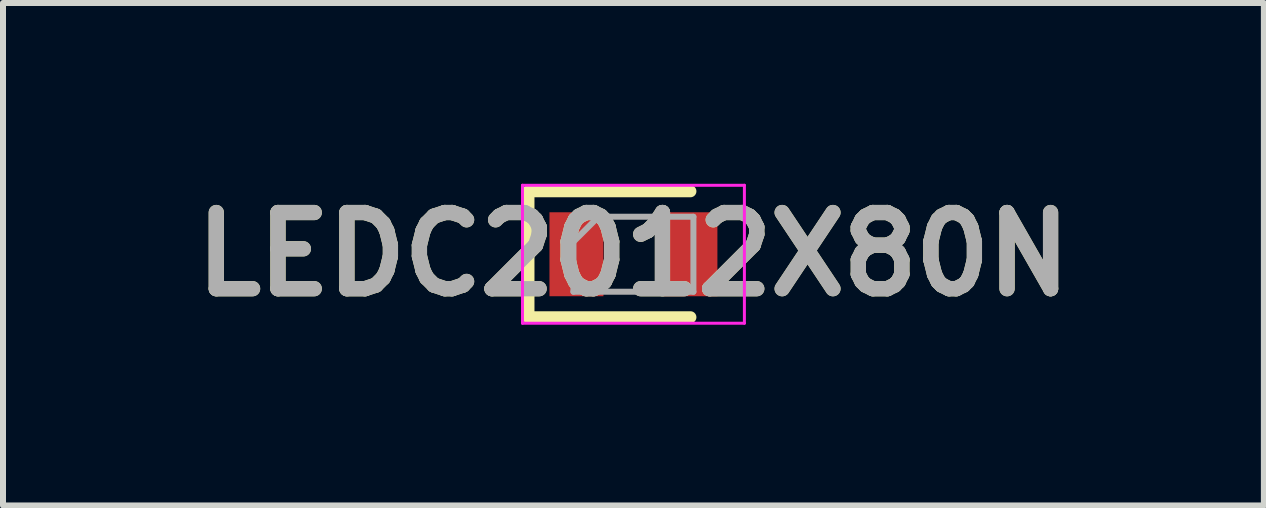
<source format=kicad_pcb>
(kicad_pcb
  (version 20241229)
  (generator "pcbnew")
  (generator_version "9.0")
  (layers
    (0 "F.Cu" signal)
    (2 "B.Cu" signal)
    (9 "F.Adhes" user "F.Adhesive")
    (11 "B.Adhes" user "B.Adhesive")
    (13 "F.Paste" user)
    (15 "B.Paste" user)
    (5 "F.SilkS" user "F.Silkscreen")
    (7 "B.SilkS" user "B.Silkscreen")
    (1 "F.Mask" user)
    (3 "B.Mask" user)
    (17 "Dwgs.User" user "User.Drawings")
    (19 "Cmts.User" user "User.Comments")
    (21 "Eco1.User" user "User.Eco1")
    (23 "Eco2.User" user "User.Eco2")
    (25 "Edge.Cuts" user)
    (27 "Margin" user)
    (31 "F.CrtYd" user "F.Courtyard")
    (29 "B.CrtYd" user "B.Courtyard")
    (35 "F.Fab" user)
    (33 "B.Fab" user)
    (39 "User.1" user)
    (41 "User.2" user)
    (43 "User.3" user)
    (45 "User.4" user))
  (footprint "LEDC2012X80N"
    (layer "F.Cu")
    (at 7.511 1.189)
    (property "Reference" "LEDC2012X80N" (at 0 0 0) (layer "F.SilkS") (effects (font (size 1.27 1.27) (thickness 0.254))))
    (attr smd)
    (fp_line (start -1.75 -1.05) (end -1.75 1.05) (stroke (width 0.2) (type solid)) (layer "F.SilkS"))
    (fp_line (start -1.75 1.05) (end 0.95 1.05) (stroke (width 0.2) (type solid)) (layer "F.SilkS"))
    (fp_line (start 0.95 -1.05) (end -1.75 -1.05) (stroke (width 0.2) (type solid)) (layer "F.SilkS"))
    (fp_line (start -1.85 -1.15) (end 1.85 -1.15) (stroke (width 0.05) (type solid)) (layer "F.CrtYd"))
    (fp_line (start -1.85 1.15) (end -1.85 -1.15) (stroke (width 0.05) (type solid)) (layer "F.CrtYd"))
    (fp_line (start 1.85 -1.15) (end 1.85 1.15) (stroke (width 0.05) (type solid)) (layer "F.CrtYd"))
    (fp_line (start 1.85 1.15) (end -1.85 1.15) (stroke (width 0.05) (type solid)) (layer "F.CrtYd"))
    (fp_line (start -1 -0.625) (end 1 -0.625) (stroke (width 0.1) (type solid)) (layer "F.Fab"))
    (fp_line (start -1 -0.208) (end -0.583 -0.625) (stroke (width 0.1) (type solid)) (layer "F.Fab"))
    (fp_line (start -1 0.625) (end -1 -0.625) (stroke (width 0.1) (type solid)) (layer "F.Fab"))
    (fp_line (start 1 -0.625) (end 1 0.625) (stroke (width 0.1) (type solid)) (layer "F.Fab"))
    (fp_line (start 1 0.625) (end -1 0.625) (stroke (width 0.1) (type solid)) (layer "F.Fab"))
    (fp_text user "${REFERENCE}" (at 0 0 0) (layer "F.Fab") (effects (font (size 1.27 1.27) (thickness 0.254))))
    (pad "1" smd rect (at -0.95 0) (size 0.9 1.4) (layers "F.Cu" "F.Mask" "F.Paste"))
    (pad "2" smd rect (at 0.95 0) (size 0.9 1.4) (layers "F.Cu" "F.Mask" "F.Paste")))
  (gr_rect
    (start -3 -3)
    (end 18.022 5.377)
    (stroke (width 0.1) (type default))
    (fill no)
    (layer "Edge.Cuts")))
</source>
